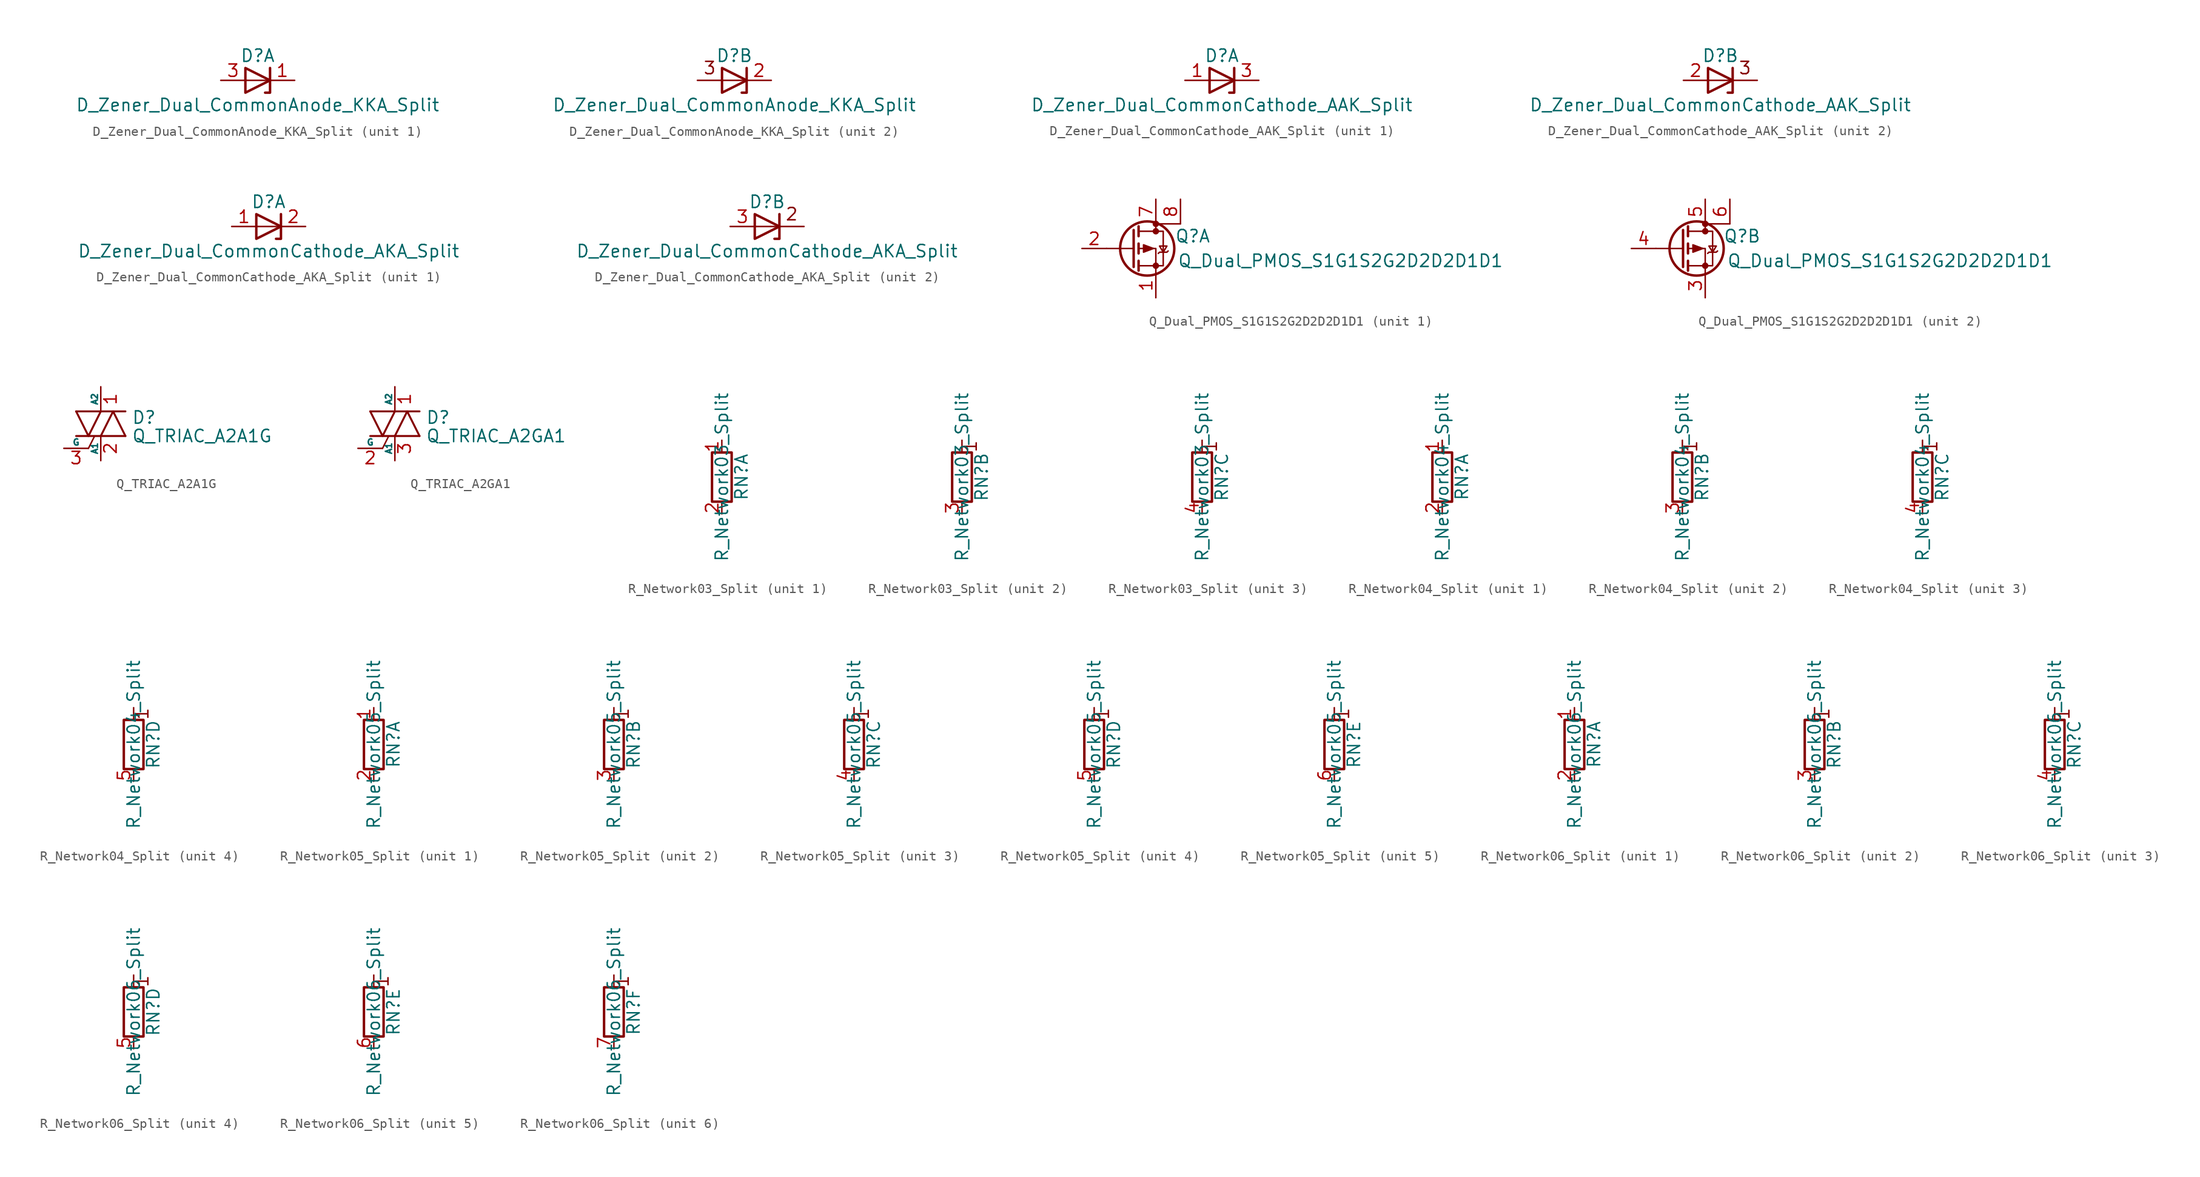
<source format=kicad_sym>
(kicad_symbol_lib
  (version 20220914)
  (generator kicad_symbol_editor)
  (symbol "D_Zener_Dual_CommonAnode_KKA_Split"
    (pin_names
      (offset 0.762) hide)
    (property "Reference" "D"
      (at 0 2.54 0)
      (effects (font (size 1.27 1.27))))
    (property "Value" "D_Zener_Dual_CommonAnode_KKA_Split"
      (at 0 -2.54 0)
      (effects (font (size 1.27 1.27))))
    (property "ki_locked" ""
      (at 0 0 0)
      (effects (font (size 1.27 1.27))))
    (symbol "D_Zener_Dual_CommonAnode_KKA_Split_0_0"
      (polyline (pts (xy 1.27 1.27) (xy 1.27 -1.27) (xy 0.762 -1.27)) (stroke (width 0.254) (type default)) (fill (type none))))
    (symbol "D_Zener_Dual_CommonAnode_KKA_Split_0_1"
      (polyline (pts (xy -1.27 1.27) (xy 1.27 0) (xy -1.27 -1.27) (xy -1.27 1.27) (xy -1.27 1.27) (xy -1.27 1.27)) (stroke (width 0.254) (type default)) (fill (type none))))
    (symbol "D_Zener_Dual_CommonAnode_KKA_Split_1_1"
      (polyline (pts (xy 1.27 0) (xy -1.27 0)) (stroke (width 0) (type default)) (fill (type none)))
      (pin passive line (at 3.81 0 180) (length 2.54) (name "K" (effects (font (size 1.27 1.27)))) (number "1" (effects (font (size 1.27 1.27)))))
      (pin passive line (at -3.81 0 0) (length 2.54) (name "A" (effects (font (size 1.27 1.27)))) (number "3" (effects (font (size 1.27 1.27))))))
    (symbol "D_Zener_Dual_CommonAnode_KKA_Split_2_0"
      (polyline (pts (xy 1.27 0) (xy -3.81 0)) (stroke (width 0) (type default)) (fill (type none)))
      (text "3" (at -2.54 1.27 0) (effects (font (size 1.27 1.27)))))
    (symbol "D_Zener_Dual_CommonAnode_KKA_Split_2_1"
      (pin passive line (at 3.81 0 180) (length 2.54) (name "K" (effects (font (size 1.27 1.27)))) (number "2" (effects (font (size 1.27 1.27)))))))
  (symbol "D_Zener_Dual_CommonCathode_AAK_Split"
    (pin_names
      (offset 0.762) hide)
    (property "Reference" "D"
      (at 0 2.54 0)
      (effects (font (size 1.27 1.27))))
    (property "Value" "D_Zener_Dual_CommonCathode_AAK_Split"
      (at 0 -2.54 0)
      (effects (font (size 1.27 1.27))))
    (property "ki_locked" ""
      (at 0 0 0)
      (effects (font (size 1.27 1.27))))
    (symbol "D_Zener_Dual_CommonCathode_AAK_Split_0_0"
      (polyline (pts (xy 1.27 1.27) (xy 1.27 -1.27) (xy 0.762 -1.27)) (stroke (width 0.254) (type default)) (fill (type none))))
    (symbol "D_Zener_Dual_CommonCathode_AAK_Split_0_1"
      (polyline (pts (xy -1.27 1.27) (xy 1.27 0) (xy -1.27 -1.27) (xy -1.27 1.27) (xy -1.27 1.27) (xy -1.27 1.27)) (stroke (width 0.254) (type default)) (fill (type none))))
    (symbol "D_Zener_Dual_CommonCathode_AAK_Split_1_1"
      (polyline (pts (xy 1.27 0) (xy -1.27 0)) (stroke (width 0) (type default)) (fill (type none)))
      (pin passive line (at -3.81 0 0) (length 2.54) (name "A" (effects (font (size 1.27 1.27)))) (number "1" (effects (font (size 1.27 1.27)))))
      (pin passive line (at 3.81 0 180) (length 2.54) (name "K" (effects (font (size 1.27 1.27)))) (number "3" (effects (font (size 1.27 1.27))))))
    (symbol "D_Zener_Dual_CommonCathode_AAK_Split_2_0"
      (polyline (pts (xy 3.81 0) (xy -1.27 0)) (stroke (width 0) (type default)) (fill (type none)))
      (text "3" (at 2.54 1.27 0) (effects (font (size 1.27 1.27)))))
    (symbol "D_Zener_Dual_CommonCathode_AAK_Split_2_1"
      (pin passive line (at -3.81 0 0) (length 2.54) (name "K" (effects (font (size 1.27 1.27)))) (number "2" (effects (font (size 1.27 1.27)))))))
  (symbol "D_Zener_Dual_CommonCathode_AKA_Split"
    (pin_names
      (offset 0.762) hide)
    (property "Reference" "D"
      (at 0 2.54 0)
      (effects (font (size 1.27 1.27))))
    (property "Value" "D_Zener_Dual_CommonCathode_AKA_Split"
      (at 0 -2.54 0)
      (effects (font (size 1.27 1.27))))
    (property "ki_locked" ""
      (at 0 0 0)
      (effects (font (size 1.27 1.27))))
    (symbol "D_Zener_Dual_CommonCathode_AKA_Split_0_0"
      (polyline (pts (xy 1.27 1.27) (xy 1.27 -1.27) (xy 0.762 -1.27)) (stroke (width 0.254) (type default)) (fill (type none))))
    (symbol "D_Zener_Dual_CommonCathode_AKA_Split_0_1"
      (polyline (pts (xy -1.27 1.27) (xy 1.27 0) (xy -1.27 -1.27) (xy -1.27 1.27) (xy -1.27 1.27) (xy -1.27 1.27)) (stroke (width 0.254) (type default)) (fill (type none))))
    (symbol "D_Zener_Dual_CommonCathode_AKA_Split_1_1"
      (polyline (pts (xy 1.27 0) (xy -1.27 0)) (stroke (width 0) (type default)) (fill (type none)))
      (pin passive line (at -3.81 0 0) (length 2.54) (name "A" (effects (font (size 1.27 1.27)))) (number "1" (effects (font (size 1.27 1.27)))))
      (pin passive line (at 3.81 0 180) (length 2.54) (name "K" (effects (font (size 1.27 1.27)))) (number "2" (effects (font (size 1.27 1.27))))))
    (symbol "D_Zener_Dual_CommonCathode_AKA_Split_2_0"
      (polyline (pts (xy 3.81 0) (xy -1.27 0)) (stroke (width 0) (type default)) (fill (type none)))
      (text "2" (at 2.54 1.27 0) (effects (font (size 1.27 1.27)))))
    (symbol "D_Zener_Dual_CommonCathode_AKA_Split_2_1"
      (pin passive line (at -3.81 0 0) (length 2.54) (name "K" (effects (font (size 1.27 1.27)))) (number "3" (effects (font (size 1.27 1.27)))))))
  (symbol "Q_Dual_PMOS_S1G1S2G2D2D2D1D1"
    (pin_names
      (offset 0) hide)
    (property "Reference" "Q"
      (at 6.35 1.27 0)
      (effects (font (size 1.27 1.27))))
    (property "Value" "Q_Dual_PMOS_S1G1S2G2D2D2D1D1"
      (at 21.59 -1.27 0)
      (effects (font (size 1.27 1.27))))
    (symbol "Q_Dual_PMOS_S1G1S2G2D2D2D1D1_0_1"
      (polyline (pts (xy 0.254 0) (xy -2.54 0)) (stroke (width 0) (type default)) (fill (type none)))
      (polyline (pts (xy 0.254 1.905) (xy 0.254 -1.905)) (stroke (width 0.254) (type default)) (fill (type none)))
      (polyline (pts (xy 0.762 -1.27) (xy 0.762 -2.286)) (stroke (width 0.254) (type default)) (fill (type none)))
      (polyline (pts (xy 0.762 0.508) (xy 0.762 -0.508)) (stroke (width 0.254) (type default)) (fill (type none)))
      (polyline (pts (xy 0.762 2.286) (xy 0.762 1.27)) (stroke (width 0.254) (type default)) (fill (type none)))
      (polyline (pts (xy 2.54 2.54) (xy 2.54 1.778)) (stroke (width 0) (type default)) (fill (type none)))
      (polyline (pts (xy 2.54 -2.54) (xy 2.54 0) (xy 0.762 0)) (stroke (width 0) (type default)) (fill (type none)))
      (polyline (pts (xy 0.762 1.778) (xy 3.302 1.778) (xy 3.302 -1.778) (xy 0.762 -1.778)) (stroke (width 0) (type default)) (fill (type none)))
      (polyline (pts (xy 2.286 0) (xy 1.27 0.381) (xy 1.27 -0.381) (xy 2.286 0)) (stroke (width 0) (type default)) (fill (type outline)))
      (polyline (pts (xy 2.794 -0.508) (xy 2.921 -0.381) (xy 3.683 -0.381) (xy 3.81 -0.254)) (stroke (width 0) (type default)) (fill (type none)))
      (polyline (pts (xy 3.302 -0.381) (xy 2.921 0.254) (xy 3.683 0.254) (xy 3.302 -0.381)) (stroke (width 0) (type default)) (fill (type none)))
      (circle (center 1.651 0) (radius 2.794) (stroke (width 0.254) (type default)) (fill (type none)))
      (circle (center 2.54 -1.778) (radius 0.254) (stroke (width 0) (type default)) (fill (type outline)))
      (circle (center 2.54 1.778) (radius 0.254) (stroke (width 0) (type default)) (fill (type outline)))
      (circle (center 2.54 2.54) (radius 0.254) (stroke (width 0) (type default)) (fill (type outline)))
      (rectangle (start 5.08 2.54) (end 2.54 2.54) (stroke (width 0) (type default)) (fill (type none))))
    (symbol "Q_Dual_PMOS_S1G1S2G2D2D2D1D1_1_1"
      (pin passive line (at 2.54 -5.08 90) (length 2.54) (name "S" (effects (font (size 1.27 1.27)))) (number "1" (effects (font (size 1.27 1.27)))))
      (pin input line (at -5.08 0 0) (length 2.54) (name "G" (effects (font (size 1.27 1.27)))) (number "2" (effects (font (size 1.27 1.27)))))
      (pin passive line (at 2.54 5.08 270) (length 2.54) (name "D" (effects (font (size 1.27 1.27)))) (number "7" (effects (font (size 1.27 1.27)))))
      (pin passive line (at 5.08 5.08 270) (length 2.54) (name "G" (effects (font (size 1.27 1.27)))) (number "8" (effects (font (size 1.27 1.27))))))
    (symbol "Q_Dual_PMOS_S1G1S2G2D2D2D1D1_2_1"
      (pin passive line (at 2.54 -5.08 90) (length 2.54) (name "S" (effects (font (size 1.27 1.27)))) (number "3" (effects (font (size 1.27 1.27)))))
      (pin input line (at -5.08 0 0) (length 2.54) (name "G" (effects (font (size 1.27 1.27)))) (number "4" (effects (font (size 1.27 1.27)))))
      (pin passive line (at 2.54 5.08 270) (length 2.54) (name "D" (effects (font (size 1.27 1.27)))) (number "5" (effects (font (size 1.27 1.27)))))
      (pin passive line (at 5.08 5.08 270) (length 2.54) (name "G" (effects (font (size 1.27 1.27)))) (number "6" (effects (font (size 1.27 1.27)))))))
  (symbol "Q_TRIAC_A2A1G"
    (pin_names
      (offset 0))
    (property "Reference" "D"
      (at 3.175 0.635 0)
      (effects (font (size 1.27 1.27)) (justify left)))
    (property "Value" "Q_TRIAC_A2A1G"
      (at 3.175 -1.27 0)
      (effects (font (size 1.27 1.27)) (justify left)))
    (symbol "Q_TRIAC_A2A1G_0_1"
      (polyline (pts (xy -2.54 -1.27) (xy 2.54 -1.27)) (stroke (width 0.203) (type default)) (fill (type none)))
      (polyline (pts (xy -2.54 1.27) (xy 2.54 1.27)) (stroke (width 0.203) (type default)) (fill (type none)))
      (polyline (pts (xy -1.27 -2.54) (xy -0.635 -1.27)) (stroke (width 0) (type default)) (fill (type none)))
      (polyline (pts (xy -2.54 1.27) (xy -1.27 -1.27) (xy 0 1.27)) (stroke (width 0.203) (type default)) (fill (type none)))
      (polyline (pts (xy 0 -1.27) (xy 1.27 1.27) (xy 2.54 -1.27)) (stroke (width 0.203) (type default)) (fill (type none))))
    (symbol "Q_TRIAC_A2A1G_1_1"
      (pin passive line (at 0 3.81 270) (length 2.54) (name "A2" (effects (font (size 0.635 0.635)))) (number "1" (effects (font (size 1.27 1.27)))))
      (pin passive line (at 0 -3.81 90) (length 2.54) (name "A1" (effects (font (size 0.635 0.635)))) (number "2" (effects (font (size 1.27 1.27)))))
      (pin input line (at -3.81 -2.54 0) (length 2.54) (name "G" (effects (font (size 0.635 0.635)))) (number "3" (effects (font (size 1.27 1.27)))))))
  (symbol "Q_TRIAC_A2GA1"
    (pin_names
      (offset 0))
    (property "Reference" "D"
      (at 3.175 0.635 0)
      (effects (font (size 1.27 1.27)) (justify left)))
    (property "Value" "Q_TRIAC_A2GA1"
      (at 3.175 -1.27 0)
      (effects (font (size 1.27 1.27)) (justify left)))
    (symbol "Q_TRIAC_A2GA1_0_1"
      (polyline (pts (xy -2.54 -1.27) (xy 2.54 -1.27)) (stroke (width 0.203) (type default)) (fill (type none)))
      (polyline (pts (xy -2.54 1.27) (xy 2.54 1.27)) (stroke (width 0.203) (type default)) (fill (type none)))
      (polyline (pts (xy -1.27 -2.54) (xy -0.635 -1.27)) (stroke (width 0) (type default)) (fill (type none)))
      (polyline (pts (xy -2.54 1.27) (xy -1.27 -1.27) (xy 0 1.27)) (stroke (width 0.203) (type default)) (fill (type none)))
      (polyline (pts (xy 0 -1.27) (xy 1.27 1.27) (xy 2.54 -1.27)) (stroke (width 0.203) (type default)) (fill (type none))))
    (symbol "Q_TRIAC_A2GA1_1_1"
      (pin passive line (at 0 3.81 270) (length 2.54) (name "A2" (effects (font (size 0.635 0.635)))) (number "1" (effects (font (size 1.27 1.27)))))
      (pin input line (at -3.81 -2.54 0) (length 2.54) (name "G" (effects (font (size 0.635 0.635)))) (number "2" (effects (font (size 1.27 1.27)))))
      (pin passive line (at 0 -3.81 90) (length 2.54) (name "A1" (effects (font (size 0.635 0.635)))) (number "3" (effects (font (size 1.27 1.27)))))))
  (symbol "R_Network03_Split"
    (pin_names
      (offset 0) hide)
    (property "Reference" "RN"
      (at 2.032 0 90)
      (effects (font (size 1.27 1.27))))
    (property "Value" "R_Network03_Split"
      (at 0 0 90)
      (effects (font (size 1.27 1.27))))
    (symbol "R_Network03_Split_0_1"
      (rectangle (start 1.016 2.54) (end -1.016 -2.54) (stroke (width 0.254) (type default)) (fill (type none))))
    (symbol "R_Network03_Split_1_1"
      (pin passive line (at 0 3.81 270) (length 1.27) (name "R1.1" (effects (font (size 1.27 1.27)))) (number "1" (effects (font (size 1.27 1.27)))))
      (pin passive line (at 0 -3.81 90) (length 1.27) (name "R1.2" (effects (font (size 1.27 1.27)))) (number "2" (effects (font (size 1.27 1.27))))))
    (symbol "R_Network03_Split_2_1"
      (polyline (pts (xy 0 2.54) (xy 0 3.81)) (stroke (width 0) (type default)) (fill (type none)))
      (text "1" (at 0.889 3.175 900) (effects (font (size 1.27 1.27))))
      (pin passive line (at 0 -3.81 90) (length 1.27) (name "R2.2" (effects (font (size 1.27 1.27)))) (number "3" (effects (font (size 1.27 1.27))))))
    (symbol "R_Network03_Split_3_1"
      (polyline (pts (xy 0 2.54) (xy 0 3.81)) (stroke (width 0) (type default)) (fill (type none)))
      (text "1" (at 0.889 3.175 900) (effects (font (size 1.27 1.27))))
      (pin passive line (at 0 -3.81 90) (length 1.27) (name "R3.2" (effects (font (size 1.27 1.27)))) (number "4" (effects (font (size 1.27 1.27)))))))
  (symbol "R_Network04_Split"
    (pin_names
      (offset 0) hide)
    (property "Reference" "RN"
      (at 2.032 0 90)
      (effects (font (size 1.27 1.27))))
    (property "Value" "R_Network04_Split"
      (at 0 0 90)
      (effects (font (size 1.27 1.27))))
    (symbol "R_Network04_Split_0_1"
      (rectangle (start 1.016 2.54) (end -1.016 -2.54) (stroke (width 0.254) (type default)) (fill (type none))))
    (symbol "R_Network04_Split_1_1"
      (pin passive line (at 0 3.81 270) (length 1.27) (name "R1.1" (effects (font (size 1.27 1.27)))) (number "1" (effects (font (size 1.27 1.27)))))
      (pin passive line (at 0 -3.81 90) (length 1.27) (name "R1.2" (effects (font (size 1.27 1.27)))) (number "2" (effects (font (size 1.27 1.27))))))
    (symbol "R_Network04_Split_2_1"
      (polyline (pts (xy 0 2.54) (xy 0 3.81)) (stroke (width 0) (type default)) (fill (type none)))
      (text "1" (at 0.889 3.175 900) (effects (font (size 1.27 1.27))))
      (pin passive line (at 0 -3.81 90) (length 1.27) (name "R2.2" (effects (font (size 1.27 1.27)))) (number "3" (effects (font (size 1.27 1.27))))))
    (symbol "R_Network04_Split_3_1"
      (polyline (pts (xy 0 2.54) (xy 0 3.81)) (stroke (width 0) (type default)) (fill (type none)))
      (text "1" (at 0.889 3.175 900) (effects (font (size 1.27 1.27))))
      (pin passive line (at 0 -3.81 90) (length 1.27) (name "R3.2" (effects (font (size 1.27 1.27)))) (number "4" (effects (font (size 1.27 1.27))))))
    (symbol "R_Network04_Split_4_1"
      (polyline (pts (xy 0 2.54) (xy 0 3.81)) (stroke (width 0) (type default)) (fill (type none)))
      (text "1" (at 0.889 3.175 900) (effects (font (size 1.27 1.27))))
      (pin passive line (at 0 -3.81 90) (length 1.27) (name "R4.2" (effects (font (size 1.27 1.27)))) (number "5" (effects (font (size 1.27 1.27)))))))
  (symbol "R_Network05_Split"
    (pin_names
      (offset 0) hide)
    (property "Reference" "RN"
      (at 2.032 0 90)
      (effects (font (size 1.27 1.27))))
    (property "Value" "R_Network05_Split"
      (at 0 0 90)
      (effects (font (size 1.27 1.27))))
    (symbol "R_Network05_Split_0_1"
      (rectangle (start 1.016 2.54) (end -1.016 -2.54) (stroke (width 0.254) (type default)) (fill (type none))))
    (symbol "R_Network05_Split_1_1"
      (pin passive line (at 0 3.81 270) (length 1.27) (name "R1.1" (effects (font (size 1.27 1.27)))) (number "1" (effects (font (size 1.27 1.27)))))
      (pin passive line (at 0 -3.81 90) (length 1.27) (name "R1.2" (effects (font (size 1.27 1.27)))) (number "2" (effects (font (size 1.27 1.27))))))
    (symbol "R_Network05_Split_2_1"
      (polyline (pts (xy 0 2.54) (xy 0 3.81)) (stroke (width 0) (type default)) (fill (type none)))
      (text "1" (at 0.889 3.175 900) (effects (font (size 1.27 1.27))))
      (pin passive line (at 0 -3.81 90) (length 1.27) (name "R2.2" (effects (font (size 1.27 1.27)))) (number "3" (effects (font (size 1.27 1.27))))))
    (symbol "R_Network05_Split_3_1"
      (polyline (pts (xy 0 2.54) (xy 0 3.81)) (stroke (width 0) (type default)) (fill (type none)))
      (text "1" (at 0.889 3.175 900) (effects (font (size 1.27 1.27))))
      (pin passive line (at 0 -3.81 90) (length 1.27) (name "R3.2" (effects (font (size 1.27 1.27)))) (number "4" (effects (font (size 1.27 1.27))))))
    (symbol "R_Network05_Split_4_1"
      (polyline (pts (xy 0 2.54) (xy 0 3.81)) (stroke (width 0) (type default)) (fill (type none)))
      (text "1" (at 0.889 3.175 900) (effects (font (size 1.27 1.27))))
      (pin passive line (at 0 -3.81 90) (length 1.27) (name "R4.2" (effects (font (size 1.27 1.27)))) (number "5" (effects (font (size 1.27 1.27))))))
    (symbol "R_Network05_Split_5_1"
      (polyline (pts (xy 0 2.54) (xy 0 3.81)) (stroke (width 0) (type default)) (fill (type none)))
      (text "1" (at 0.889 3.175 900) (effects (font (size 1.27 1.27))))
      (pin passive line (at 0 -3.81 90) (length 1.27) (name "R5.2" (effects (font (size 1.27 1.27)))) (number "6" (effects (font (size 1.27 1.27)))))))
  (symbol "R_Network06_Split"
    (pin_names
      (offset 0) hide)
    (property "Reference" "RN"
      (at 2.032 0 90)
      (effects (font (size 1.27 1.27))))
    (property "Value" "R_Network06_Split"
      (at 0 0 90)
      (effects (font (size 1.27 1.27))))
    (symbol "R_Network06_Split_0_1"
      (rectangle (start 1.016 2.54) (end -1.016 -2.54) (stroke (width 0.254) (type default)) (fill (type none))))
    (symbol "R_Network06_Split_1_1"
      (pin passive line (at 0 3.81 270) (length 1.27) (name "R1.1" (effects (font (size 1.27 1.27)))) (number "1" (effects (font (size 1.27 1.27)))))
      (pin passive line (at 0 -3.81 90) (length 1.27) (name "R1.2" (effects (font (size 1.27 1.27)))) (number "2" (effects (font (size 1.27 1.27))))))
    (symbol "R_Network06_Split_2_1"
      (polyline (pts (xy 0 2.54) (xy 0 3.81)) (stroke (width 0) (type default)) (fill (type none)))
      (text "1" (at 0.889 3.175 900) (effects (font (size 1.27 1.27))))
      (pin passive line (at 0 -3.81 90) (length 1.27) (name "R2.2" (effects (font (size 1.27 1.27)))) (number "3" (effects (font (size 1.27 1.27))))))
    (symbol "R_Network06_Split_3_1"
      (polyline (pts (xy 0 2.54) (xy 0 3.81)) (stroke (width 0) (type default)) (fill (type none)))
      (text "1" (at 0.889 3.175 900) (effects (font (size 1.27 1.27))))
      (pin passive line (at 0 -3.81 90) (length 1.27) (name "R3.2" (effects (font (size 1.27 1.27)))) (number "4" (effects (font (size 1.27 1.27))))))
    (symbol "R_Network06_Split_4_1"
      (polyline (pts (xy 0 2.54) (xy 0 3.81)) (stroke (width 0) (type default)) (fill (type none)))
      (text "1" (at 0.889 3.175 900) (effects (font (size 1.27 1.27))))
      (pin passive line (at 0 -3.81 90) (length 1.27) (name "R4.2" (effects (font (size 1.27 1.27)))) (number "5" (effects (font (size 1.27 1.27))))))
    (symbol "R_Network06_Split_5_1"
      (polyline (pts (xy 0 2.54) (xy 0 3.81)) (stroke (width 0) (type default)) (fill (type none)))
      (text "1" (at 0.889 3.175 900) (effects (font (size 1.27 1.27))))
      (pin passive line (at 0 -3.81 90) (length 1.27) (name "R5.2" (effects (font (size 1.27 1.27)))) (number "6" (effects (font (size 1.27 1.27))))))
    (symbol "R_Network06_Split_6_1"
      (polyline (pts (xy 0 2.54) (xy 0 3.81)) (stroke (width 0) (type default)) (fill (type none)))
      (text "1" (at 0.889 3.175 900) (effects (font (size 1.27 1.27))))
      (pin passive line (at 0 -3.81 90) (length 1.27) (name "R6.2" (effects (font (size 1.27 1.27)))) (number "7" (effects (font (size 1.27 1.27))))))))
</source>
